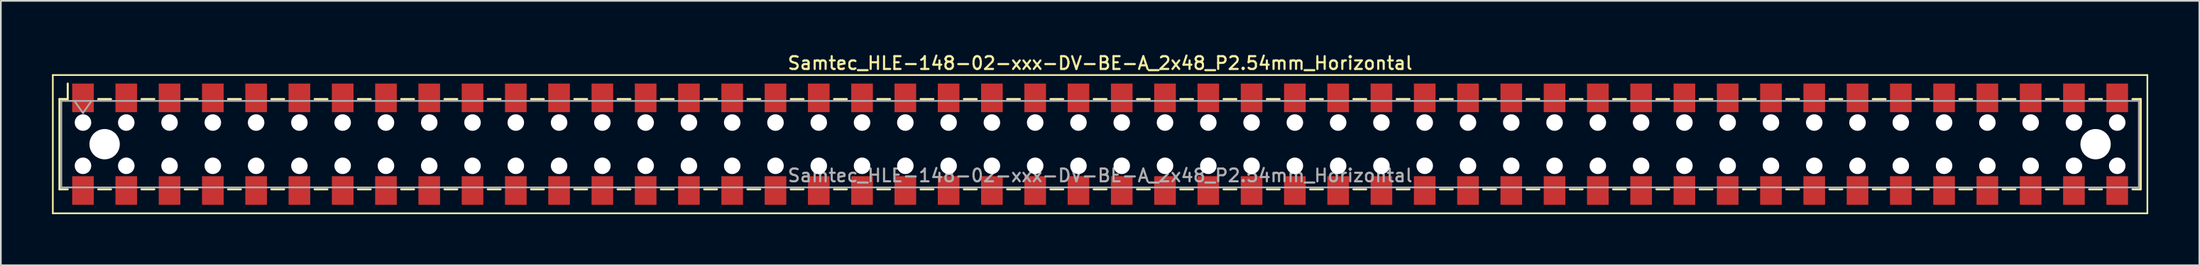
<source format=kicad_pcb>
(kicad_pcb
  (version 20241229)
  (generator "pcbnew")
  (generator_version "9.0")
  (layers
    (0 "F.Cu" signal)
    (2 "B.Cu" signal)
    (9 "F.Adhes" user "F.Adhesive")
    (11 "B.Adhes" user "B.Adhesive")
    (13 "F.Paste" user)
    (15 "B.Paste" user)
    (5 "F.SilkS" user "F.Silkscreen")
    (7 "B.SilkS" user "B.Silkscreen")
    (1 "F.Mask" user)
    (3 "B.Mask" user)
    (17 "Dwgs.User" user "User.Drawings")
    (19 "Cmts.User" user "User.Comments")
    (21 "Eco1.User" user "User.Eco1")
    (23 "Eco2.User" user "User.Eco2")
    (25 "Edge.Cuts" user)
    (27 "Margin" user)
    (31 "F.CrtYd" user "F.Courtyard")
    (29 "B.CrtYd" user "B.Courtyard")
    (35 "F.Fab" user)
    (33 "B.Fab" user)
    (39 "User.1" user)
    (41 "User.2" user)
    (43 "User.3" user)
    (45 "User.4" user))
  (footprint "Samtec_HLE-148-02-xxx-DV-BE-A_2x48_P2.54mm_Horizontal"
    (layer "F.Cu")
    (at 61.51 5.418)
    (property "Reference" "Samtec_HLE-148-02-xxx-DV-BE-A_2x48_P2.54mm_Horizontal" (at 0 -4.76 0) (layer "F.SilkS") (effects (font (size 0.75 0.75) (thickness 0.125))))
    (attr smd)
    (fp_line (start -61.46 -4.06) (end 61.46 -4.06) (stroke (width 0.1) (type solid)) (layer "F.SilkS"))
    (fp_line (start -61.46 4.06) (end -61.46 -4.06) (stroke (width 0.1) (type solid)) (layer "F.SilkS"))
    (fp_line (start -61.07 -2.65) (end -61.07 2.65) (stroke (width 0.12) (type solid)) (layer "F.SilkS"))
    (fp_line (start -61.07 2.65) (end -60.585 2.65) (stroke (width 0.12) (type solid)) (layer "F.SilkS"))
    (fp_line (start -60.585 -3.56) (end -60.585 -2.65) (stroke (width 0.12) (type solid)) (layer "F.SilkS"))
    (fp_line (start -60.585 -2.65) (end -61.07 -2.65) (stroke (width 0.12) (type solid)) (layer "F.SilkS"))
    (fp_line (start -58.795 -2.65) (end -58.045 -2.65) (stroke (width 0.12) (type solid)) (layer "F.SilkS"))
    (fp_line (start -58.795 2.65) (end -58.045 2.65) (stroke (width 0.12) (type solid)) (layer "F.SilkS"))
    (fp_line (start -56.255 -2.65) (end -55.505 -2.65) (stroke (width 0.12) (type solid)) (layer "F.SilkS"))
    (fp_line (start -56.255 2.65) (end -55.505 2.65) (stroke (width 0.12) (type solid)) (layer "F.SilkS"))
    (fp_line (start -53.715 -2.65) (end -52.965 -2.65) (stroke (width 0.12) (type solid)) (layer "F.SilkS"))
    (fp_line (start -53.715 2.65) (end -52.965 2.65) (stroke (width 0.12) (type solid)) (layer "F.SilkS"))
    (fp_line (start -51.175 -2.65) (end -50.425 -2.65) (stroke (width 0.12) (type solid)) (layer "F.SilkS"))
    (fp_line (start -51.175 2.65) (end -50.425 2.65) (stroke (width 0.12) (type solid)) (layer "F.SilkS"))
    (fp_line (start -48.635 -2.65) (end -47.885 -2.65) (stroke (width 0.12) (type solid)) (layer "F.SilkS"))
    (fp_line (start -48.635 2.65) (end -47.885 2.65) (stroke (width 0.12) (type solid)) (layer "F.SilkS"))
    (fp_line (start -46.095 -2.65) (end -45.345 -2.65) (stroke (width 0.12) (type solid)) (layer "F.SilkS"))
    (fp_line (start -46.095 2.65) (end -45.345 2.65) (stroke (width 0.12) (type solid)) (layer "F.SilkS"))
    (fp_line (start -43.555 -2.65) (end -42.805 -2.65) (stroke (width 0.12) (type solid)) (layer "F.SilkS"))
    (fp_line (start -43.555 2.65) (end -42.805 2.65) (stroke (width 0.12) (type solid)) (layer "F.SilkS"))
    (fp_line (start -41.015 -2.65) (end -40.265 -2.65) (stroke (width 0.12) (type solid)) (layer "F.SilkS"))
    (fp_line (start -41.015 2.65) (end -40.265 2.65) (stroke (width 0.12) (type solid)) (layer "F.SilkS"))
    (fp_line (start -38.475 -2.65) (end -37.725 -2.65) (stroke (width 0.12) (type solid)) (layer "F.SilkS"))
    (fp_line (start -38.475 2.65) (end -37.725 2.65) (stroke (width 0.12) (type solid)) (layer "F.SilkS"))
    (fp_line (start -35.935 -2.65) (end -35.185 -2.65) (stroke (width 0.12) (type solid)) (layer "F.SilkS"))
    (fp_line (start -35.935 2.65) (end -35.185 2.65) (stroke (width 0.12) (type solid)) (layer "F.SilkS"))
    (fp_line (start -33.395 -2.65) (end -32.645 -2.65) (stroke (width 0.12) (type solid)) (layer "F.SilkS"))
    (fp_line (start -33.395 2.65) (end -32.645 2.65) (stroke (width 0.12) (type solid)) (layer "F.SilkS"))
    (fp_line (start -30.855 -2.65) (end -30.105 -2.65) (stroke (width 0.12) (type solid)) (layer "F.SilkS"))
    (fp_line (start -30.855 2.65) (end -30.105 2.65) (stroke (width 0.12) (type solid)) (layer "F.SilkS"))
    (fp_line (start -28.315 -2.65) (end -27.565 -2.65) (stroke (width 0.12) (type solid)) (layer "F.SilkS"))
    (fp_line (start -28.315 2.65) (end -27.565 2.65) (stroke (width 0.12) (type solid)) (layer "F.SilkS"))
    (fp_line (start -25.775 -2.65) (end -25.025 -2.65) (stroke (width 0.12) (type solid)) (layer "F.SilkS"))
    (fp_line (start -25.775 2.65) (end -25.025 2.65) (stroke (width 0.12) (type solid)) (layer "F.SilkS"))
    (fp_line (start -23.235 -2.65) (end -22.485 -2.65) (stroke (width 0.12) (type solid)) (layer "F.SilkS"))
    (fp_line (start -23.235 2.65) (end -22.485 2.65) (stroke (width 0.12) (type solid)) (layer "F.SilkS"))
    (fp_line (start -20.695 -2.65) (end -19.945 -2.65) (stroke (width 0.12) (type solid)) (layer "F.SilkS"))
    (fp_line (start -20.695 2.65) (end -19.945 2.65) (stroke (width 0.12) (type solid)) (layer "F.SilkS"))
    (fp_line (start -18.155 -2.65) (end -17.405 -2.65) (stroke (width 0.12) (type solid)) (layer "F.SilkS"))
    (fp_line (start -18.155 2.65) (end -17.405 2.65) (stroke (width 0.12) (type solid)) (layer "F.SilkS"))
    (fp_line (start -15.615 -2.65) (end -14.865 -2.65) (stroke (width 0.12) (type solid)) (layer "F.SilkS"))
    (fp_line (start -15.615 2.65) (end -14.865 2.65) (stroke (width 0.12) (type solid)) (layer "F.SilkS"))
    (fp_line (start -13.075 -2.65) (end -12.325 -2.65) (stroke (width 0.12) (type solid)) (layer "F.SilkS"))
    (fp_line (start -13.075 2.65) (end -12.325 2.65) (stroke (width 0.12) (type solid)) (layer "F.SilkS"))
    (fp_line (start -10.535 -2.65) (end -9.785 -2.65) (stroke (width 0.12) (type solid)) (layer "F.SilkS"))
    (fp_line (start -10.535 2.65) (end -9.785 2.65) (stroke (width 0.12) (type solid)) (layer "F.SilkS"))
    (fp_line (start -7.995 -2.65) (end -7.245 -2.65) (stroke (width 0.12) (type solid)) (layer "F.SilkS"))
    (fp_line (start -7.995 2.65) (end -7.245 2.65) (stroke (width 0.12) (type solid)) (layer "F.SilkS"))
    (fp_line (start -5.455 -2.65) (end -4.705 -2.65) (stroke (width 0.12) (type solid)) (layer "F.SilkS"))
    (fp_line (start -5.455 2.65) (end -4.705 2.65) (stroke (width 0.12) (type solid)) (layer "F.SilkS"))
    (fp_line (start -2.915 -2.65) (end -2.165 -2.65) (stroke (width 0.12) (type solid)) (layer "F.SilkS"))
    (fp_line (start -2.915 2.65) (end -2.165 2.65) (stroke (width 0.12) (type solid)) (layer "F.SilkS"))
    (fp_line (start -0.375 -2.65) (end 0.375 -2.65) (stroke (width 0.12) (type solid)) (layer "F.SilkS"))
    (fp_line (start -0.375 2.65) (end 0.375 2.65) (stroke (width 0.12) (type solid)) (layer "F.SilkS"))
    (fp_line (start 2.165 -2.65) (end 2.915 -2.65) (stroke (width 0.12) (type solid)) (layer "F.SilkS"))
    (fp_line (start 2.165 2.65) (end 2.915 2.65) (stroke (width 0.12) (type solid)) (layer "F.SilkS"))
    (fp_line (start 4.705 -2.65) (end 5.455 -2.65) (stroke (width 0.12) (type solid)) (layer "F.SilkS"))
    (fp_line (start 4.705 2.65) (end 5.455 2.65) (stroke (width 0.12) (type solid)) (layer "F.SilkS"))
    (fp_line (start 7.245 -2.65) (end 7.995 -2.65) (stroke (width 0.12) (type solid)) (layer "F.SilkS"))
    (fp_line (start 7.245 2.65) (end 7.995 2.65) (stroke (width 0.12) (type solid)) (layer "F.SilkS"))
    (fp_line (start 9.785 -2.65) (end 10.535 -2.65) (stroke (width 0.12) (type solid)) (layer "F.SilkS"))
    (fp_line (start 9.785 2.65) (end 10.535 2.65) (stroke (width 0.12) (type solid)) (layer "F.SilkS"))
    (fp_line (start 12.325 -2.65) (end 13.075 -2.65) (stroke (width 0.12) (type solid)) (layer "F.SilkS"))
    (fp_line (start 12.325 2.65) (end 13.075 2.65) (stroke (width 0.12) (type solid)) (layer "F.SilkS"))
    (fp_line (start 14.865 -2.65) (end 15.615 -2.65) (stroke (width 0.12) (type solid)) (layer "F.SilkS"))
    (fp_line (start 14.865 2.65) (end 15.615 2.65) (stroke (width 0.12) (type solid)) (layer "F.SilkS"))
    (fp_line (start 17.405 -2.65) (end 18.155 -2.65) (stroke (width 0.12) (type solid)) (layer "F.SilkS"))
    (fp_line (start 17.405 2.65) (end 18.155 2.65) (stroke (width 0.12) (type solid)) (layer "F.SilkS"))
    (fp_line (start 19.945 -2.65) (end 20.695 -2.65) (stroke (width 0.12) (type solid)) (layer "F.SilkS"))
    (fp_line (start 19.945 2.65) (end 20.695 2.65) (stroke (width 0.12) (type solid)) (layer "F.SilkS"))
    (fp_line (start 22.485 -2.65) (end 23.235 -2.65) (stroke (width 0.12) (type solid)) (layer "F.SilkS"))
    (fp_line (start 22.485 2.65) (end 23.235 2.65) (stroke (width 0.12) (type solid)) (layer "F.SilkS"))
    (fp_line (start 25.025 -2.65) (end 25.775 -2.65) (stroke (width 0.12) (type solid)) (layer "F.SilkS"))
    (fp_line (start 25.025 2.65) (end 25.775 2.65) (stroke (width 0.12) (type solid)) (layer "F.SilkS"))
    (fp_line (start 27.565 -2.65) (end 28.315 -2.65) (stroke (width 0.12) (type solid)) (layer "F.SilkS"))
    (fp_line (start 27.565 2.65) (end 28.315 2.65) (stroke (width 0.12) (type solid)) (layer "F.SilkS"))
    (fp_line (start 30.105 -2.65) (end 30.855 -2.65) (stroke (width 0.12) (type solid)) (layer "F.SilkS"))
    (fp_line (start 30.105 2.65) (end 30.855 2.65) (stroke (width 0.12) (type solid)) (layer "F.SilkS"))
    (fp_line (start 32.645 -2.65) (end 33.395 -2.65) (stroke (width 0.12) (type solid)) (layer "F.SilkS"))
    (fp_line (start 32.645 2.65) (end 33.395 2.65) (stroke (width 0.12) (type solid)) (layer "F.SilkS"))
    (fp_line (start 35.185 -2.65) (end 35.935 -2.65) (stroke (width 0.12) (type solid)) (layer "F.SilkS"))
    (fp_line (start 35.185 2.65) (end 35.935 2.65) (stroke (width 0.12) (type solid)) (layer "F.SilkS"))
    (fp_line (start 37.725 -2.65) (end 38.475 -2.65) (stroke (width 0.12) (type solid)) (layer "F.SilkS"))
    (fp_line (start 37.725 2.65) (end 38.475 2.65) (stroke (width 0.12) (type solid)) (layer "F.SilkS"))
    (fp_line (start 40.265 -2.65) (end 41.015 -2.65) (stroke (width 0.12) (type solid)) (layer "F.SilkS"))
    (fp_line (start 40.265 2.65) (end 41.015 2.65) (stroke (width 0.12) (type solid)) (layer "F.SilkS"))
    (fp_line (start 42.805 -2.65) (end 43.555 -2.65) (stroke (width 0.12) (type solid)) (layer "F.SilkS"))
    (fp_line (start 42.805 2.65) (end 43.555 2.65) (stroke (width 0.12) (type solid)) (layer "F.SilkS"))
    (fp_line (start 45.345 -2.65) (end 46.095 -2.65) (stroke (width 0.12) (type solid)) (layer "F.SilkS"))
    (fp_line (start 45.345 2.65) (end 46.095 2.65) (stroke (width 0.12) (type solid)) (layer "F.SilkS"))
    (fp_line (start 47.885 -2.65) (end 48.635 -2.65) (stroke (width 0.12) (type solid)) (layer "F.SilkS"))
    (fp_line (start 47.885 2.65) (end 48.635 2.65) (stroke (width 0.12) (type solid)) (layer "F.SilkS"))
    (fp_line (start 50.425 -2.65) (end 51.175 -2.65) (stroke (width 0.12) (type solid)) (layer "F.SilkS"))
    (fp_line (start 50.425 2.65) (end 51.175 2.65) (stroke (width 0.12) (type solid)) (layer "F.SilkS"))
    (fp_line (start 52.965 -2.65) (end 53.715 -2.65) (stroke (width 0.12) (type solid)) (layer "F.SilkS"))
    (fp_line (start 52.965 2.65) (end 53.715 2.65) (stroke (width 0.12) (type solid)) (layer "F.SilkS"))
    (fp_line (start 55.505 -2.65) (end 56.255 -2.65) (stroke (width 0.12) (type solid)) (layer "F.SilkS"))
    (fp_line (start 55.505 2.65) (end 56.255 2.65) (stroke (width 0.12) (type solid)) (layer "F.SilkS"))
    (fp_line (start 58.045 -2.65) (end 58.795 -2.65) (stroke (width 0.12) (type solid)) (layer "F.SilkS"))
    (fp_line (start 58.045 2.65) (end 58.795 2.65) (stroke (width 0.12) (type solid)) (layer "F.SilkS"))
    (fp_line (start 60.585 -2.65) (end 61.07 -2.65) (stroke (width 0.12) (type solid)) (layer "F.SilkS"))
    (fp_line (start 61.07 -2.65) (end 61.07 2.65) (stroke (width 0.12) (type solid)) (layer "F.SilkS"))
    (fp_line (start 61.07 2.65) (end 60.585 2.65) (stroke (width 0.12) (type solid)) (layer "F.SilkS"))
    (fp_line (start 61.46 -4.06) (end 61.46 4.06) (stroke (width 0.1) (type solid)) (layer "F.SilkS"))
    (fp_line (start 61.46 4.06) (end -61.46 4.06) (stroke (width 0.1) (type solid)) (layer "F.SilkS"))
    (fp_line (start -60.96 -2.54) (end 60.96 -2.54) (stroke (width 0.1) (type solid)) (layer "F.Fab"))
    (fp_line (start -60.96 2.54) (end -60.96 -2.54) (stroke (width 0.1) (type solid)) (layer "F.Fab"))
    (fp_line (start -60.19 -2.54) (end -59.69 -1.833) (stroke (width 0.1) (type solid)) (layer "F.Fab"))
    (fp_line (start -59.69 -1.833) (end -59.19 -2.54) (stroke (width 0.1) (type solid)) (layer "F.Fab"))
    (fp_line (start 60.96 -2.54) (end 60.96 2.54) (stroke (width 0.1) (type solid)) (layer "F.Fab"))
    (fp_line (start 60.96 2.54) (end -60.96 2.54) (stroke (width 0.1) (type solid)) (layer "F.Fab"))
    (fp_text user "${REFERENCE}" (at 0 1.84 0) (layer "F.Fab") (effects (font (size 0.75 0.75) (thickness 0.125))))
    (pad "" np_thru_hole circle (at -59.69 -1.27) (size 0.97 0.97) (drill 0.97) (layers "*.Cu" "*.Mask"))
    (pad "" np_thru_hole circle (at -59.69 1.27) (size 0.97 0.97) (drill 0.97) (layers "*.Cu" "*.Mask"))
    (pad "" np_thru_hole circle (at -58.42 0) (size 1.78 1.78) (drill 1.78) (layers "*.Cu" "*.Mask"))
    (pad "" np_thru_hole circle (at -57.15 -1.27) (size 0.97 0.97) (drill 0.97) (layers "*.Cu" "*.Mask"))
    (pad "" np_thru_hole circle (at -57.15 1.27) (size 0.97 0.97) (drill 0.97) (layers "*.Cu" "*.Mask"))
    (pad "" np_thru_hole circle (at -54.61 -1.27) (size 0.97 0.97) (drill 0.97) (layers "*.Cu" "*.Mask"))
    (pad "" np_thru_hole circle (at -54.61 1.27) (size 0.97 0.97) (drill 0.97) (layers "*.Cu" "*.Mask"))
    (pad "" np_thru_hole circle (at -52.07 -1.27) (size 0.97 0.97) (drill 0.97) (layers "*.Cu" "*.Mask"))
    (pad "" np_thru_hole circle (at -52.07 1.27) (size 0.97 0.97) (drill 0.97) (layers "*.Cu" "*.Mask"))
    (pad "" np_thru_hole circle (at -49.53 -1.27) (size 0.97 0.97) (drill 0.97) (layers "*.Cu" "*.Mask"))
    (pad "" np_thru_hole circle (at -49.53 1.27) (size 0.97 0.97) (drill 0.97) (layers "*.Cu" "*.Mask"))
    (pad "" np_thru_hole circle (at -46.99 -1.27) (size 0.97 0.97) (drill 0.97) (layers "*.Cu" "*.Mask"))
    (pad "" np_thru_hole circle (at -46.99 1.27) (size 0.97 0.97) (drill 0.97) (layers "*.Cu" "*.Mask"))
    (pad "" np_thru_hole circle (at -44.45 -1.27) (size 0.97 0.97) (drill 0.97) (layers "*.Cu" "*.Mask"))
    (pad "" np_thru_hole circle (at -44.45 1.27) (size 0.97 0.97) (drill 0.97) (layers "*.Cu" "*.Mask"))
    (pad "" np_thru_hole circle (at -41.91 -1.27) (size 0.97 0.97) (drill 0.97) (layers "*.Cu" "*.Mask"))
    (pad "" np_thru_hole circle (at -41.91 1.27) (size 0.97 0.97) (drill 0.97) (layers "*.Cu" "*.Mask"))
    (pad "" np_thru_hole circle (at -39.37 -1.27) (size 0.97 0.97) (drill 0.97) (layers "*.Cu" "*.Mask"))
    (pad "" np_thru_hole circle (at -39.37 1.27) (size 0.97 0.97) (drill 0.97) (layers "*.Cu" "*.Mask"))
    (pad "" np_thru_hole circle (at -36.83 -1.27) (size 0.97 0.97) (drill 0.97) (layers "*.Cu" "*.Mask"))
    (pad "" np_thru_hole circle (at -36.83 1.27) (size 0.97 0.97) (drill 0.97) (layers "*.Cu" "*.Mask"))
    (pad "" np_thru_hole circle (at -34.29 -1.27) (size 0.97 0.97) (drill 0.97) (layers "*.Cu" "*.Mask"))
    (pad "" np_thru_hole circle (at -34.29 1.27) (size 0.97 0.97) (drill 0.97) (layers "*.Cu" "*.Mask"))
    (pad "" np_thru_hole circle (at -31.75 -1.27) (size 0.97 0.97) (drill 0.97) (layers "*.Cu" "*.Mask"))
    (pad "" np_thru_hole circle (at -31.75 1.27) (size 0.97 0.97) (drill 0.97) (layers "*.Cu" "*.Mask"))
    (pad "" np_thru_hole circle (at -29.21 -1.27) (size 0.97 0.97) (drill 0.97) (layers "*.Cu" "*.Mask"))
    (pad "" np_thru_hole circle (at -29.21 1.27) (size 0.97 0.97) (drill 0.97) (layers "*.Cu" "*.Mask"))
    (pad "" np_thru_hole circle (at -26.67 -1.27) (size 0.97 0.97) (drill 0.97) (layers "*.Cu" "*.Mask"))
    (pad "" np_thru_hole circle (at -26.67 1.27) (size 0.97 0.97) (drill 0.97) (layers "*.Cu" "*.Mask"))
    (pad "" np_thru_hole circle (at -24.13 -1.27) (size 0.97 0.97) (drill 0.97) (layers "*.Cu" "*.Mask"))
    (pad "" np_thru_hole circle (at -24.13 1.27) (size 0.97 0.97) (drill 0.97) (layers "*.Cu" "*.Mask"))
    (pad "" np_thru_hole circle (at -21.59 -1.27) (size 0.97 0.97) (drill 0.97) (layers "*.Cu" "*.Mask"))
    (pad "" np_thru_hole circle (at -21.59 1.27) (size 0.97 0.97) (drill 0.97) (layers "*.Cu" "*.Mask"))
    (pad "" np_thru_hole circle (at -19.05 -1.27) (size 0.97 0.97) (drill 0.97) (layers "*.Cu" "*.Mask"))
    (pad "" np_thru_hole circle (at -19.05 1.27) (size 0.97 0.97) (drill 0.97) (layers "*.Cu" "*.Mask"))
    (pad "" np_thru_hole circle (at -16.51 -1.27) (size 0.97 0.97) (drill 0.97) (layers "*.Cu" "*.Mask"))
    (pad "" np_thru_hole circle (at -16.51 1.27) (size 0.97 0.97) (drill 0.97) (layers "*.Cu" "*.Mask"))
    (pad "" np_thru_hole circle (at -13.97 -1.27) (size 0.97 0.97) (drill 0.97) (layers "*.Cu" "*.Mask"))
    (pad "" np_thru_hole circle (at -13.97 1.27) (size 0.97 0.97) (drill 0.97) (layers "*.Cu" "*.Mask"))
    (pad "" np_thru_hole circle (at -11.43 -1.27) (size 0.97 0.97) (drill 0.97) (layers "*.Cu" "*.Mask"))
    (pad "" np_thru_hole circle (at -11.43 1.27) (size 0.97 0.97) (drill 0.97) (layers "*.Cu" "*.Mask"))
    (pad "" np_thru_hole circle (at -8.89 -1.27) (size 0.97 0.97) (drill 0.97) (layers "*.Cu" "*.Mask"))
    (pad "" np_thru_hole circle (at -8.89 1.27) (size 0.97 0.97) (drill 0.97) (layers "*.Cu" "*.Mask"))
    (pad "" np_thru_hole circle (at -6.35 -1.27) (size 0.97 0.97) (drill 0.97) (layers "*.Cu" "*.Mask"))
    (pad "" np_thru_hole circle (at -6.35 1.27) (size 0.97 0.97) (drill 0.97) (layers "*.Cu" "*.Mask"))
    (pad "" np_thru_hole circle (at -3.81 -1.27) (size 0.97 0.97) (drill 0.97) (layers "*.Cu" "*.Mask"))
    (pad "" np_thru_hole circle (at -3.81 1.27) (size 0.97 0.97) (drill 0.97) (layers "*.Cu" "*.Mask"))
    (pad "" np_thru_hole circle (at -1.27 -1.27) (size 0.97 0.97) (drill 0.97) (layers "*.Cu" "*.Mask"))
    (pad "" np_thru_hole circle (at -1.27 1.27) (size 0.97 0.97) (drill 0.97) (layers "*.Cu" "*.Mask"))
    (pad "" np_thru_hole circle (at 1.27 -1.27) (size 0.97 0.97) (drill 0.97) (layers "*.Cu" "*.Mask"))
    (pad "" np_thru_hole circle (at 1.27 1.27) (size 0.97 0.97) (drill 0.97) (layers "*.Cu" "*.Mask"))
    (pad "" np_thru_hole circle (at 3.81 -1.27) (size 0.97 0.97) (drill 0.97) (layers "*.Cu" "*.Mask"))
    (pad "" np_thru_hole circle (at 3.81 1.27) (size 0.97 0.97) (drill 0.97) (layers "*.Cu" "*.Mask"))
    (pad "" np_thru_hole circle (at 6.35 -1.27) (size 0.97 0.97) (drill 0.97) (layers "*.Cu" "*.Mask"))
    (pad "" np_thru_hole circle (at 6.35 1.27) (size 0.97 0.97) (drill 0.97) (layers "*.Cu" "*.Mask"))
    (pad "" np_thru_hole circle (at 8.89 -1.27) (size 0.97 0.97) (drill 0.97) (layers "*.Cu" "*.Mask"))
    (pad "" np_thru_hole circle (at 8.89 1.27) (size 0.97 0.97) (drill 0.97) (layers "*.Cu" "*.Mask"))
    (pad "" np_thru_hole circle (at 11.43 -1.27) (size 0.97 0.97) (drill 0.97) (layers "*.Cu" "*.Mask"))
    (pad "" np_thru_hole circle (at 11.43 1.27) (size 0.97 0.97) (drill 0.97) (layers "*.Cu" "*.Mask"))
    (pad "" np_thru_hole circle (at 13.97 -1.27) (size 0.97 0.97) (drill 0.97) (layers "*.Cu" "*.Mask"))
    (pad "" np_thru_hole circle (at 13.97 1.27) (size 0.97 0.97) (drill 0.97) (layers "*.Cu" "*.Mask"))
    (pad "" np_thru_hole circle (at 16.51 -1.27) (size 0.97 0.97) (drill 0.97) (layers "*.Cu" "*.Mask"))
    (pad "" np_thru_hole circle (at 16.51 1.27) (size 0.97 0.97) (drill 0.97) (layers "*.Cu" "*.Mask"))
    (pad "" np_thru_hole circle (at 19.05 -1.27) (size 0.97 0.97) (drill 0.97) (layers "*.Cu" "*.Mask"))
    (pad "" np_thru_hole circle (at 19.05 1.27) (size 0.97 0.97) (drill 0.97) (layers "*.Cu" "*.Mask"))
    (pad "" np_thru_hole circle (at 21.59 -1.27) (size 0.97 0.97) (drill 0.97) (layers "*.Cu" "*.Mask"))
    (pad "" np_thru_hole circle (at 21.59 1.27) (size 0.97 0.97) (drill 0.97) (layers "*.Cu" "*.Mask"))
    (pad "" np_thru_hole circle (at 24.13 -1.27) (size 0.97 0.97) (drill 0.97) (layers "*.Cu" "*.Mask"))
    (pad "" np_thru_hole circle (at 24.13 1.27) (size 0.97 0.97) (drill 0.97) (layers "*.Cu" "*.Mask"))
    (pad "" np_thru_hole circle (at 26.67 -1.27) (size 0.97 0.97) (drill 0.97) (layers "*.Cu" "*.Mask"))
    (pad "" np_thru_hole circle (at 26.67 1.27) (size 0.97 0.97) (drill 0.97) (layers "*.Cu" "*.Mask"))
    (pad "" np_thru_hole circle (at 29.21 -1.27) (size 0.97 0.97) (drill 0.97) (layers "*.Cu" "*.Mask"))
    (pad "" np_thru_hole circle (at 29.21 1.27) (size 0.97 0.97) (drill 0.97) (layers "*.Cu" "*.Mask"))
    (pad "" np_thru_hole circle (at 31.75 -1.27) (size 0.97 0.97) (drill 0.97) (layers "*.Cu" "*.Mask"))
    (pad "" np_thru_hole circle (at 31.75 1.27) (size 0.97 0.97) (drill 0.97) (layers "*.Cu" "*.Mask"))
    (pad "" np_thru_hole circle (at 34.29 -1.27) (size 0.97 0.97) (drill 0.97) (layers "*.Cu" "*.Mask"))
    (pad "" np_thru_hole circle (at 34.29 1.27) (size 0.97 0.97) (drill 0.97) (layers "*.Cu" "*.Mask"))
    (pad "" np_thru_hole circle (at 36.83 -1.27) (size 0.97 0.97) (drill 0.97) (layers "*.Cu" "*.Mask"))
    (pad "" np_thru_hole circle (at 36.83 1.27) (size 0.97 0.97) (drill 0.97) (layers "*.Cu" "*.Mask"))
    (pad "" np_thru_hole circle (at 39.37 -1.27) (size 0.97 0.97) (drill 0.97) (layers "*.Cu" "*.Mask"))
    (pad "" np_thru_hole circle (at 39.37 1.27) (size 0.97 0.97) (drill 0.97) (layers "*.Cu" "*.Mask"))
    (pad "" np_thru_hole circle (at 41.91 -1.27) (size 0.97 0.97) (drill 0.97) (layers "*.Cu" "*.Mask"))
    (pad "" np_thru_hole circle (at 41.91 1.27) (size 0.97 0.97) (drill 0.97) (layers "*.Cu" "*.Mask"))
    (pad "" np_thru_hole circle (at 44.45 -1.27) (size 0.97 0.97) (drill 0.97) (layers "*.Cu" "*.Mask"))
    (pad "" np_thru_hole circle (at 44.45 1.27) (size 0.97 0.97) (drill 0.97) (layers "*.Cu" "*.Mask"))
    (pad "" np_thru_hole circle (at 46.99 -1.27) (size 0.97 0.97) (drill 0.97) (layers "*.Cu" "*.Mask"))
    (pad "" np_thru_hole circle (at 46.99 1.27) (size 0.97 0.97) (drill 0.97) (layers "*.Cu" "*.Mask"))
    (pad "" np_thru_hole circle (at 49.53 -1.27) (size 0.97 0.97) (drill 0.97) (layers "*.Cu" "*.Mask"))
    (pad "" np_thru_hole circle (at 49.53 1.27) (size 0.97 0.97) (drill 0.97) (layers "*.Cu" "*.Mask"))
    (pad "" np_thru_hole circle (at 52.07 -1.27) (size 0.97 0.97) (drill 0.97) (layers "*.Cu" "*.Mask"))
    (pad "" np_thru_hole circle (at 52.07 1.27) (size 0.97 0.97) (drill 0.97) (layers "*.Cu" "*.Mask"))
    (pad "" np_thru_hole circle (at 54.61 -1.27) (size 0.97 0.97) (drill 0.97) (layers "*.Cu" "*.Mask"))
    (pad "" np_thru_hole circle (at 54.61 1.27) (size 0.97 0.97) (drill 0.97) (layers "*.Cu" "*.Mask"))
    (pad "" np_thru_hole circle (at 57.15 -1.27) (size 0.97 0.97) (drill 0.97) (layers "*.Cu" "*.Mask"))
    (pad "" np_thru_hole circle (at 57.15 1.27) (size 0.97 0.97) (drill 0.97) (layers "*.Cu" "*.Mask"))
    (pad "" np_thru_hole circle (at 58.42 0) (size 1.78 1.78) (drill 1.78) (layers "*.Cu" "*.Mask"))
    (pad "" np_thru_hole circle (at 59.69 -1.27) (size 0.97 0.97) (drill 0.97) (layers "*.Cu" "*.Mask"))
    (pad "" np_thru_hole circle (at 59.69 1.27) (size 0.97 0.97) (drill 0.97) (layers "*.Cu" "*.Mask"))
    (pad "1" smd rect (at -59.69 -2.72) (size 1.27 1.68) (layers "F.Cu" "F.Mask" "F.Paste"))
    (pad "2" smd rect (at -59.69 2.72) (size 1.27 1.68) (layers "F.Cu" "F.Mask" "F.Paste"))
    (pad "3" smd rect (at -57.15 -2.72) (size 1.27 1.68) (layers "F.Cu" "F.Mask" "F.Paste"))
    (pad "4" smd rect (at -57.15 2.72) (size 1.27 1.68) (layers "F.Cu" "F.Mask" "F.Paste"))
    (pad "5" smd rect (at -54.61 -2.72) (size 1.27 1.68) (layers "F.Cu" "F.Mask" "F.Paste"))
    (pad "6" smd rect (at -54.61 2.72) (size 1.27 1.68) (layers "F.Cu" "F.Mask" "F.Paste"))
    (pad "7" smd rect (at -52.07 -2.72) (size 1.27 1.68) (layers "F.Cu" "F.Mask" "F.Paste"))
    (pad "8" smd rect (at -52.07 2.72) (size 1.27 1.68) (layers "F.Cu" "F.Mask" "F.Paste"))
    (pad "9" smd rect (at -49.53 -2.72) (size 1.27 1.68) (layers "F.Cu" "F.Mask" "F.Paste"))
    (pad "10" smd rect (at -49.53 2.72) (size 1.27 1.68) (layers "F.Cu" "F.Mask" "F.Paste"))
    (pad "11" smd rect (at -46.99 -2.72) (size 1.27 1.68) (layers "F.Cu" "F.Mask" "F.Paste"))
    (pad "12" smd rect (at -46.99 2.72) (size 1.27 1.68) (layers "F.Cu" "F.Mask" "F.Paste"))
    (pad "13" smd rect (at -44.45 -2.72) (size 1.27 1.68) (layers "F.Cu" "F.Mask" "F.Paste"))
    (pad "14" smd rect (at -44.45 2.72) (size 1.27 1.68) (layers "F.Cu" "F.Mask" "F.Paste"))
    (pad "15" smd rect (at -41.91 -2.72) (size 1.27 1.68) (layers "F.Cu" "F.Mask" "F.Paste"))
    (pad "16" smd rect (at -41.91 2.72) (size 1.27 1.68) (layers "F.Cu" "F.Mask" "F.Paste"))
    (pad "17" smd rect (at -39.37 -2.72) (size 1.27 1.68) (layers "F.Cu" "F.Mask" "F.Paste"))
    (pad "18" smd rect (at -39.37 2.72) (size 1.27 1.68) (layers "F.Cu" "F.Mask" "F.Paste"))
    (pad "19" smd rect (at -36.83 -2.72) (size 1.27 1.68) (layers "F.Cu" "F.Mask" "F.Paste"))
    (pad "20" smd rect (at -36.83 2.72) (size 1.27 1.68) (layers "F.Cu" "F.Mask" "F.Paste"))
    (pad "21" smd rect (at -34.29 -2.72) (size 1.27 1.68) (layers "F.Cu" "F.Mask" "F.Paste"))
    (pad "22" smd rect (at -34.29 2.72) (size 1.27 1.68) (layers "F.Cu" "F.Mask" "F.Paste"))
    (pad "23" smd rect (at -31.75 -2.72) (size 1.27 1.68) (layers "F.Cu" "F.Mask" "F.Paste"))
    (pad "24" smd rect (at -31.75 2.72) (size 1.27 1.68) (layers "F.Cu" "F.Mask" "F.Paste"))
    (pad "25" smd rect (at -29.21 -2.72) (size 1.27 1.68) (layers "F.Cu" "F.Mask" "F.Paste"))
    (pad "26" smd rect (at -29.21 2.72) (size 1.27 1.68) (layers "F.Cu" "F.Mask" "F.Paste"))
    (pad "27" smd rect (at -26.67 -2.72) (size 1.27 1.68) (layers "F.Cu" "F.Mask" "F.Paste"))
    (pad "28" smd rect (at -26.67 2.72) (size 1.27 1.68) (layers "F.Cu" "F.Mask" "F.Paste"))
    (pad "29" smd rect (at -24.13 -2.72) (size 1.27 1.68) (layers "F.Cu" "F.Mask" "F.Paste"))
    (pad "30" smd rect (at -24.13 2.72) (size 1.27 1.68) (layers "F.Cu" "F.Mask" "F.Paste"))
    (pad "31" smd rect (at -21.59 -2.72) (size 1.27 1.68) (layers "F.Cu" "F.Mask" "F.Paste"))
    (pad "32" smd rect (at -21.59 2.72) (size 1.27 1.68) (layers "F.Cu" "F.Mask" "F.Paste"))
    (pad "33" smd rect (at -19.05 -2.72) (size 1.27 1.68) (layers "F.Cu" "F.Mask" "F.Paste"))
    (pad "34" smd rect (at -19.05 2.72) (size 1.27 1.68) (layers "F.Cu" "F.Mask" "F.Paste"))
    (pad "35" smd rect (at -16.51 -2.72) (size 1.27 1.68) (layers "F.Cu" "F.Mask" "F.Paste"))
    (pad "36" smd rect (at -16.51 2.72) (size 1.27 1.68) (layers "F.Cu" "F.Mask" "F.Paste"))
    (pad "37" smd rect (at -13.97 -2.72) (size 1.27 1.68) (layers "F.Cu" "F.Mask" "F.Paste"))
    (pad "38" smd rect (at -13.97 2.72) (size 1.27 1.68) (layers "F.Cu" "F.Mask" "F.Paste"))
    (pad "39" smd rect (at -11.43 -2.72) (size 1.27 1.68) (layers "F.Cu" "F.Mask" "F.Paste"))
    (pad "40" smd rect (at -11.43 2.72) (size 1.27 1.68) (layers "F.Cu" "F.Mask" "F.Paste"))
    (pad "41" smd rect (at -8.89 -2.72) (size 1.27 1.68) (layers "F.Cu" "F.Mask" "F.Paste"))
    (pad "42" smd rect (at -8.89 2.72) (size 1.27 1.68) (layers "F.Cu" "F.Mask" "F.Paste"))
    (pad "43" smd rect (at -6.35 -2.72) (size 1.27 1.68) (layers "F.Cu" "F.Mask" "F.Paste"))
    (pad "44" smd rect (at -6.35 2.72) (size 1.27 1.68) (layers "F.Cu" "F.Mask" "F.Paste"))
    (pad "45" smd rect (at -3.81 -2.72) (size 1.27 1.68) (layers "F.Cu" "F.Mask" "F.Paste"))
    (pad "46" smd rect (at -3.81 2.72) (size 1.27 1.68) (layers "F.Cu" "F.Mask" "F.Paste"))
    (pad "47" smd rect (at -1.27 -2.72) (size 1.27 1.68) (layers "F.Cu" "F.Mask" "F.Paste"))
    (pad "48" smd rect (at -1.27 2.72) (size 1.27 1.68) (layers "F.Cu" "F.Mask" "F.Paste"))
    (pad "49" smd rect (at 1.27 -2.72) (size 1.27 1.68) (layers "F.Cu" "F.Mask" "F.Paste"))
    (pad "50" smd rect (at 1.27 2.72) (size 1.27 1.68) (layers "F.Cu" "F.Mask" "F.Paste"))
    (pad "51" smd rect (at 3.81 -2.72) (size 1.27 1.68) (layers "F.Cu" "F.Mask" "F.Paste"))
    (pad "52" smd rect (at 3.81 2.72) (size 1.27 1.68) (layers "F.Cu" "F.Mask" "F.Paste"))
    (pad "53" smd rect (at 6.35 -2.72) (size 1.27 1.68) (layers "F.Cu" "F.Mask" "F.Paste"))
    (pad "54" smd rect (at 6.35 2.72) (size 1.27 1.68) (layers "F.Cu" "F.Mask" "F.Paste"))
    (pad "55" smd rect (at 8.89 -2.72) (size 1.27 1.68) (layers "F.Cu" "F.Mask" "F.Paste"))
    (pad "56" smd rect (at 8.89 2.72) (size 1.27 1.68) (layers "F.Cu" "F.Mask" "F.Paste"))
    (pad "57" smd rect (at 11.43 -2.72) (size 1.27 1.68) (layers "F.Cu" "F.Mask" "F.Paste"))
    (pad "58" smd rect (at 11.43 2.72) (size 1.27 1.68) (layers "F.Cu" "F.Mask" "F.Paste"))
    (pad "59" smd rect (at 13.97 -2.72) (size 1.27 1.68) (layers "F.Cu" "F.Mask" "F.Paste"))
    (pad "60" smd rect (at 13.97 2.72) (size 1.27 1.68) (layers "F.Cu" "F.Mask" "F.Paste"))
    (pad "61" smd rect (at 16.51 -2.72) (size 1.27 1.68) (layers "F.Cu" "F.Mask" "F.Paste"))
    (pad "62" smd rect (at 16.51 2.72) (size 1.27 1.68) (layers "F.Cu" "F.Mask" "F.Paste"))
    (pad "63" smd rect (at 19.05 -2.72) (size 1.27 1.68) (layers "F.Cu" "F.Mask" "F.Paste"))
    (pad "64" smd rect (at 19.05 2.72) (size 1.27 1.68) (layers "F.Cu" "F.Mask" "F.Paste"))
    (pad "65" smd rect (at 21.59 -2.72) (size 1.27 1.68) (layers "F.Cu" "F.Mask" "F.Paste"))
    (pad "66" smd rect (at 21.59 2.72) (size 1.27 1.68) (layers "F.Cu" "F.Mask" "F.Paste"))
    (pad "67" smd rect (at 24.13 -2.72) (size 1.27 1.68) (layers "F.Cu" "F.Mask" "F.Paste"))
    (pad "68" smd rect (at 24.13 2.72) (size 1.27 1.68) (layers "F.Cu" "F.Mask" "F.Paste"))
    (pad "69" smd rect (at 26.67 -2.72) (size 1.27 1.68) (layers "F.Cu" "F.Mask" "F.Paste"))
    (pad "70" smd rect (at 26.67 2.72) (size 1.27 1.68) (layers "F.Cu" "F.Mask" "F.Paste"))
    (pad "71" smd rect (at 29.21 -2.72) (size 1.27 1.68) (layers "F.Cu" "F.Mask" "F.Paste"))
    (pad "72" smd rect (at 29.21 2.72) (size 1.27 1.68) (layers "F.Cu" "F.Mask" "F.Paste"))
    (pad "73" smd rect (at 31.75 -2.72) (size 1.27 1.68) (layers "F.Cu" "F.Mask" "F.Paste"))
    (pad "74" smd rect (at 31.75 2.72) (size 1.27 1.68) (layers "F.Cu" "F.Mask" "F.Paste"))
    (pad "75" smd rect (at 34.29 -2.72) (size 1.27 1.68) (layers "F.Cu" "F.Mask" "F.Paste"))
    (pad "76" smd rect (at 34.29 2.72) (size 1.27 1.68) (layers "F.Cu" "F.Mask" "F.Paste"))
    (pad "77" smd rect (at 36.83 -2.72) (size 1.27 1.68) (layers "F.Cu" "F.Mask" "F.Paste"))
    (pad "78" smd rect (at 36.83 2.72) (size 1.27 1.68) (layers "F.Cu" "F.Mask" "F.Paste"))
    (pad "79" smd rect (at 39.37 -2.72) (size 1.27 1.68) (layers "F.Cu" "F.Mask" "F.Paste"))
    (pad "80" smd rect (at 39.37 2.72) (size 1.27 1.68) (layers "F.Cu" "F.Mask" "F.Paste"))
    (pad "81" smd rect (at 41.91 -2.72) (size 1.27 1.68) (layers "F.Cu" "F.Mask" "F.Paste"))
    (pad "82" smd rect (at 41.91 2.72) (size 1.27 1.68) (layers "F.Cu" "F.Mask" "F.Paste"))
    (pad "83" smd rect (at 44.45 -2.72) (size 1.27 1.68) (layers "F.Cu" "F.Mask" "F.Paste"))
    (pad "84" smd rect (at 44.45 2.72) (size 1.27 1.68) (layers "F.Cu" "F.Mask" "F.Paste"))
    (pad "85" smd rect (at 46.99 -2.72) (size 1.27 1.68) (layers "F.Cu" "F.Mask" "F.Paste"))
    (pad "86" smd rect (at 46.99 2.72) (size 1.27 1.68) (layers "F.Cu" "F.Mask" "F.Paste"))
    (pad "87" smd rect (at 49.53 -2.72) (size 1.27 1.68) (layers "F.Cu" "F.Mask" "F.Paste"))
    (pad "88" smd rect (at 49.53 2.72) (size 1.27 1.68) (layers "F.Cu" "F.Mask" "F.Paste"))
    (pad "89" smd rect (at 52.07 -2.72) (size 1.27 1.68) (layers "F.Cu" "F.Mask" "F.Paste"))
    (pad "90" smd rect (at 52.07 2.72) (size 1.27 1.68) (layers "F.Cu" "F.Mask" "F.Paste"))
    (pad "91" smd rect (at 54.61 -2.72) (size 1.27 1.68) (layers "F.Cu" "F.Mask" "F.Paste"))
    (pad "92" smd rect (at 54.61 2.72) (size 1.27 1.68) (layers "F.Cu" "F.Mask" "F.Paste"))
    (pad "93" smd rect (at 57.15 -2.72) (size 1.27 1.68) (layers "F.Cu" "F.Mask" "F.Paste"))
    (pad "94" smd rect (at 57.15 2.72) (size 1.27 1.68) (layers "F.Cu" "F.Mask" "F.Paste"))
    (pad "95" smd rect (at 59.69 -2.72) (size 1.27 1.68) (layers "F.Cu" "F.Mask" "F.Paste"))
    (pad "96" smd rect (at 59.69 2.72) (size 1.27 1.68) (layers "F.Cu" "F.Mask" "F.Paste")))
  (gr_rect
    (start -3 -3)
    (end 126.02 12.528)
    (stroke (width 0.1) (type default))
    (fill no)
    (layer "Edge.Cuts")))
</source>
